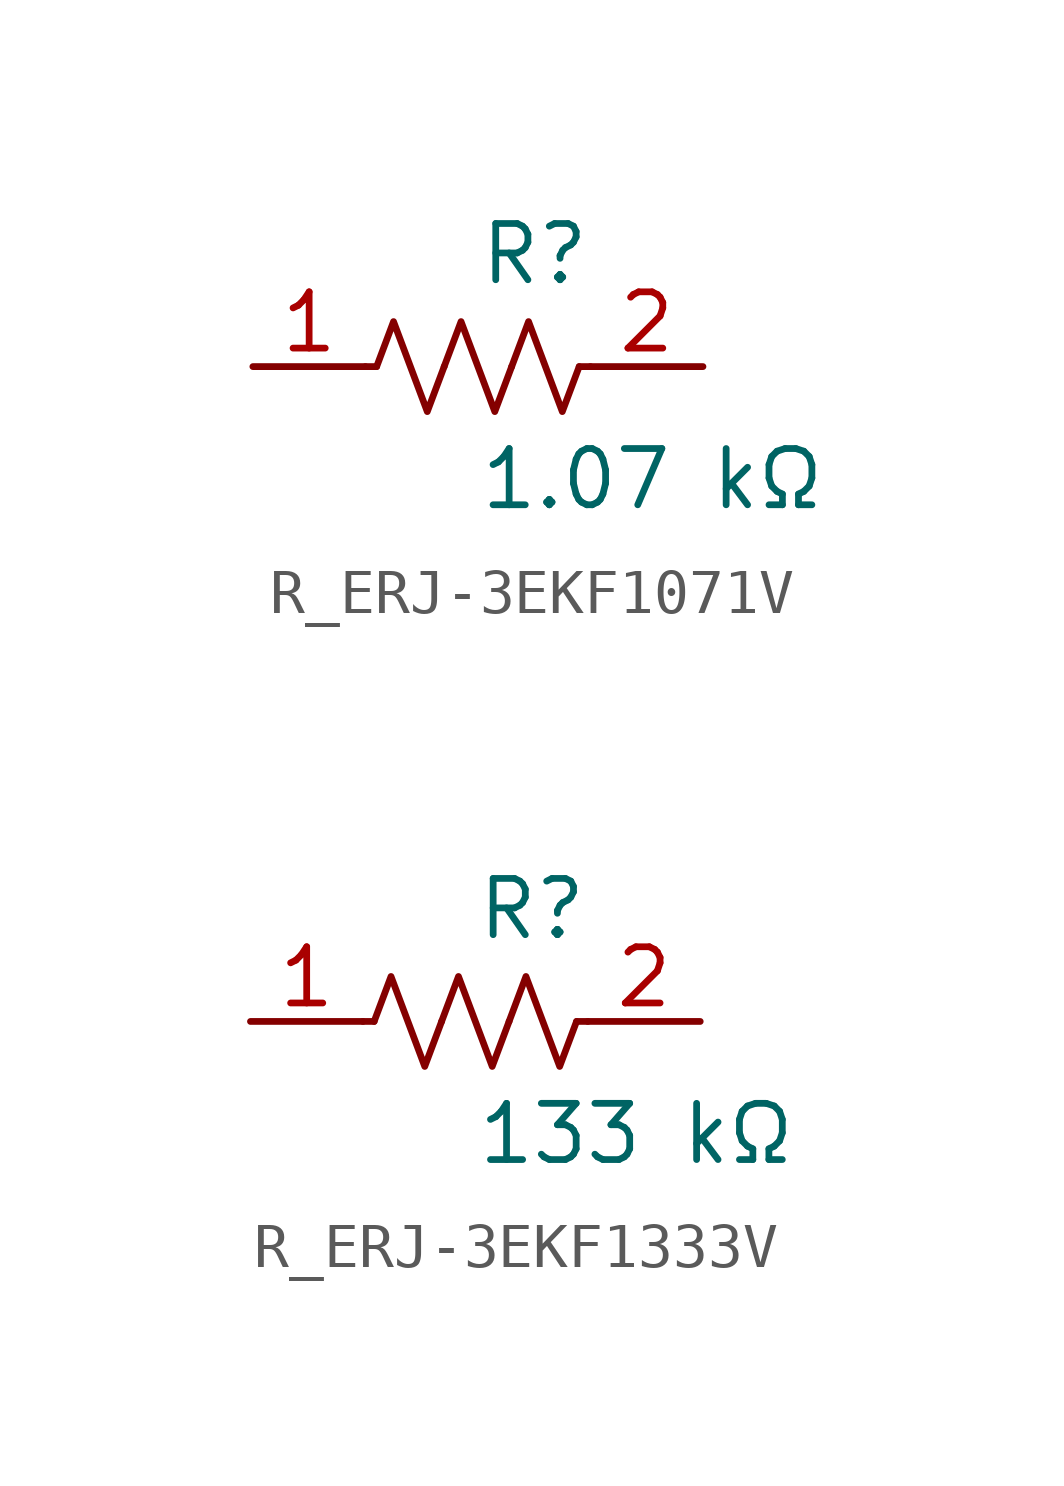
<source format=kicad_sym>
(kicad_symbol_lib
  (version 20231120)
  (generator kicad_symbol_editor)
  (generator_version 8.0)
  (symbol "R_ERJ-3EKF1071V"
    (pin_names
      (offset 0.254))
    (property "Reference" "R"
      (at 0.0 2.54 0)
      (effects (font (size 1.27 1.27)) (justify left)))
    (property "Value" "1.07 kΩ"
      (at 0.0 -2.54 0)
      (effects (font (size 1.27 1.27)) (justify left)))
    (symbol "R_ERJ-3EKF1071V_0_1"
      (polyline (pts (xy 2.286 0) (xy 2.54 0)) (stroke (width 0) (type default)) (fill (type none)))
      (polyline (pts (xy -2.286 0) (xy -2.54 0)) (stroke (width 0) (type default)) (fill (type none)))
      (polyline (pts (xy 0.762 0) (xy 1.143 1.016) (xy 1.524 0) (xy 1.905 -1.016) (xy 2.286 0)) (stroke (width 0) (type default)) (fill (type none)))
      (polyline (pts (xy -0.762 0) (xy -0.381 1.016) (xy 0 0) (xy 0.381 -1.016) (xy 0.762 0)) (stroke (width 0) (type default)) (fill (type none)))
      (polyline (pts (xy -2.286 0) (xy -1.905 1.016) (xy -1.524 0) (xy -1.143 -1.016) (xy -0.762 0)) (stroke (width 0) (type default)) (fill (type none))))
    (pin unspecified line
      (at -5.08 0 0)
      (length 2.54)
      (name "" (effects (font (size 1.27 1.27))))
      (number "1" (effects (font (size 1.27 1.27)))))
    (pin unspecified line
      (at 5.08 0 180)
      (length 2.54)
      (name "" (effects (font (size 1.27 1.27))))
      (number "2" (effects (font (size 1.27 1.27))))))
  (symbol "R_ERJ-3EKF1333V"
    (pin_names
      (offset 0.254))
    (property "Reference" "R"
      (at 0.0 2.54 0)
      (effects (font (size 1.27 1.27)) (justify left)))
    (property "Value" "133 kΩ"
      (at 0.0 -2.54 0)
      (effects (font (size 1.27 1.27)) (justify left)))
    (symbol "R_ERJ-3EKF1333V_0_1"
      (polyline (pts (xy 2.286 0) (xy 2.54 0)) (stroke (width 0) (type default)) (fill (type none)))
      (polyline (pts (xy -2.286 0) (xy -2.54 0)) (stroke (width 0) (type default)) (fill (type none)))
      (polyline (pts (xy 0.762 0) (xy 1.143 1.016) (xy 1.524 0) (xy 1.905 -1.016) (xy 2.286 0)) (stroke (width 0) (type default)) (fill (type none)))
      (polyline (pts (xy -0.762 0) (xy -0.381 1.016) (xy 0 0) (xy 0.381 -1.016) (xy 0.762 0)) (stroke (width 0) (type default)) (fill (type none)))
      (polyline (pts (xy -2.286 0) (xy -1.905 1.016) (xy -1.524 0) (xy -1.143 -1.016) (xy -0.762 0)) (stroke (width 0) (type default)) (fill (type none))))
    (pin unspecified line
      (at -5.08 0 0)
      (length 2.54)
      (name "" (effects (font (size 1.27 1.27))))
      (number "1" (effects (font (size 1.27 1.27)))))
    (pin unspecified line
      (at 5.08 0 180)
      (length 2.54)
      (name "" (effects (font (size 1.27 1.27))))
      (number "2" (effects (font (size 1.27 1.27)))))))
</source>
